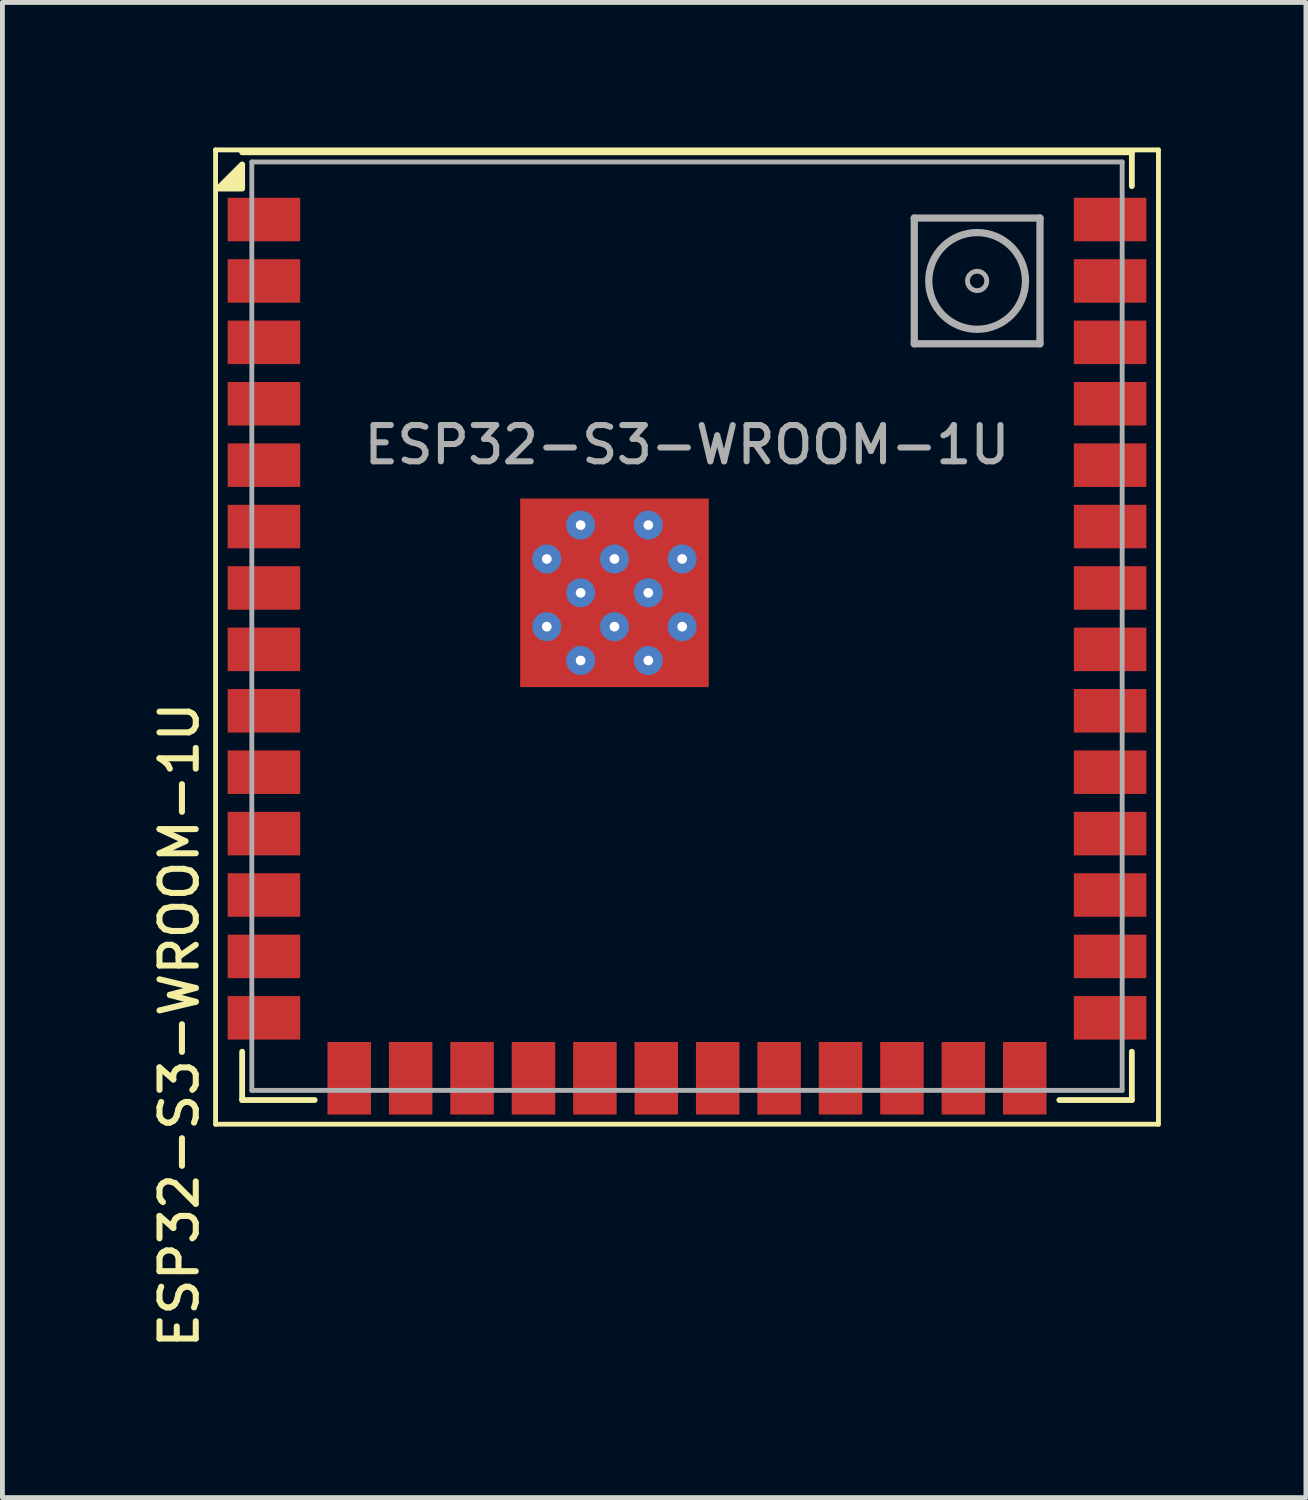
<source format=kicad_pcb>
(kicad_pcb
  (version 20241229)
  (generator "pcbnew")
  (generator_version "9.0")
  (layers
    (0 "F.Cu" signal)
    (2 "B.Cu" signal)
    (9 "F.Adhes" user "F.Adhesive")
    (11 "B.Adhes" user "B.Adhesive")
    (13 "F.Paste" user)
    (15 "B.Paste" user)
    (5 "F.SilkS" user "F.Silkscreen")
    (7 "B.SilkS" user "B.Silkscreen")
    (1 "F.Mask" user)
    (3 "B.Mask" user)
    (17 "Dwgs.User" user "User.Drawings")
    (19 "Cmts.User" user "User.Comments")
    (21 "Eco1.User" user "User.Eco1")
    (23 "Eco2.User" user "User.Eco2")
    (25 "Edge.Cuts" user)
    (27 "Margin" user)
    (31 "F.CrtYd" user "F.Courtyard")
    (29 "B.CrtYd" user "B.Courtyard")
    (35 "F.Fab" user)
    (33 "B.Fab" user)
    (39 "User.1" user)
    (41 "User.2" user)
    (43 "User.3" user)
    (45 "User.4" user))
  (footprint "ESP32-S3-WROOM-1U"
    (layer "F.Cu")
    (at 11.158 9.9)
    (property "Reference" "ESP32-S3-WROOM-1U" (at -10.5 8.25 90) (unlocked yes) (layer "F.SilkS") (effects (font (size 0.75 0.75) (thickness 0.125))))
    (attr smd)
    (fp_line (start -9.75 10.3) (end -9.75 -9.85) (stroke (width 0.1) (type solid)) (layer "F.SilkS"))
    (fp_line (start -9.75 10.3) (end 9.75 10.3) (stroke (width 0.1) (type solid)) (layer "F.SilkS"))
    (fp_line (start -9.2 -9.8) (end 9.2 -9.8) (stroke (width 0.12) (type solid)) (layer "F.SilkS"))
    (fp_line (start -9.2 8.8) (end -9.2 9.8) (stroke (width 0.12) (type solid)) (layer "F.SilkS"))
    (fp_line (start -9.2 9.8) (end -7.7 9.8) (stroke (width 0.12) (type solid)) (layer "F.SilkS"))
    (fp_line (start 9.2 -9.8) (end 9.2 -9.1) (stroke (width 0.12) (type solid)) (layer "F.SilkS"))
    (fp_line (start 9.2 9.8) (end 7.7 9.8) (stroke (width 0.12) (type solid)) (layer "F.SilkS"))
    (fp_line (start 9.2 9.8) (end 9.2 8.8) (stroke (width 0.12) (type solid)) (layer "F.SilkS"))
    (fp_line (start 9.75 -9.85) (end -9.75 -9.85) (stroke (width 0.1) (type solid)) (layer "F.SilkS"))
    (fp_line (start 9.75 -9.85) (end 9.75 10.3) (stroke (width 0.1) (type solid)) (layer "F.SilkS"))
    (fp_poly (pts (xy -9.2 -9.05) (xy -9.7 -9.05) (xy -9.2 -9.55) (xy -9.2 -9.05)) (stroke (width 0.12) (type solid)) (fill yes) (layer "F.SilkS"))
    (fp_line (start -9 -9.6) (end 9 -9.6) (stroke (width 0.1) (type solid)) (layer "F.Fab"))
    (fp_line (start -9 9.6) (end -9 -9.6) (stroke (width 0.1) (type solid)) (layer "F.Fab"))
    (fp_line (start -9 9.6) (end 9 9.6) (stroke (width 0.1) (type solid)) (layer "F.Fab"))
    (fp_line (start 4.7 -8.44) (end 7.3 -8.44) (stroke (width 0.15) (type solid)) (layer "F.Fab"))
    (fp_line (start 4.7 -5.84) (end 4.7 -8.44) (stroke (width 0.15) (type solid)) (layer "F.Fab"))
    (fp_line (start 7.3 -8.44) (end 7.3 -5.84) (stroke (width 0.15) (type solid)) (layer "F.Fab"))
    (fp_line (start 7.3 -5.84) (end 4.7 -5.84) (stroke (width 0.15) (type solid)) (layer "F.Fab"))
    (fp_line (start 9 9.6) (end 9 -9.6) (stroke (width 0.1) (type solid)) (layer "F.Fab"))
    (fp_circle (center 6 -7.14) (end 6 -6.94) (stroke (width 0.1) (type solid)) (fill no) (layer "F.Fab"))
    (fp_circle (center 6 -7.14) (end 7 -7.14) (stroke (width 0.15) (type solid)) (fill no) (layer "F.Fab"))
    (fp_text user "${REFERENCE}" (at 0 -3.75 0) (unlocked yes) (layer "F.Fab") (effects (font (size 0.75 0.75) (thickness 0.125))))
    (pad "" smd rect (at -2.904 0.71) (size 0.9 0.9) (layers "F.Paste"))
    (pad "" smd rect (at -2.9 -2.09) (size 0.9 0.9) (layers "F.Paste"))
    (pad "" smd rect (at -2.9 -0.69) (size 0.9 0.9) (layers "F.Paste"))
    (pad "" smd rect (at -1.504 0.71) (size 0.9 0.9) (layers "F.Paste"))
    (pad "" smd rect (at -1.5 -2.09) (size 0.9 0.9) (layers "F.Paste"))
    (pad "" smd rect (at -1.5 -0.69) (size 0.9 0.9) (layers "F.Paste"))
    (pad "" smd rect (at -0.104 0.71) (size 0.9 0.9) (layers "F.Paste"))
    (pad "" smd rect (at -0.1 -2.09) (size 0.9 0.9) (layers "F.Paste"))
    (pad "" smd rect (at -0.1 -0.69) (size 0.9 0.9) (layers "F.Paste"))
    (pad "1" smd rect (at -8.75 -8.41) (size 1.5 0.9) (layers "F.Cu" "F.Mask" "F.Paste"))
    (pad "2" smd rect (at -8.75 -7.14) (size 1.5 0.9) (layers "F.Cu" "F.Mask" "F.Paste"))
    (pad "3" smd rect (at -8.75 -5.87) (size 1.5 0.9) (layers "F.Cu" "F.Mask" "F.Paste"))
    (pad "4" smd rect (at -8.75 -4.6) (size 1.5 0.9) (layers "F.Cu" "F.Mask" "F.Paste"))
    (pad "5" smd rect (at -8.75 -3.33) (size 1.5 0.9) (layers "F.Cu" "F.Mask" "F.Paste"))
    (pad "6" smd rect (at -8.75 -2.06) (size 1.5 0.9) (layers "F.Cu" "F.Mask" "F.Paste"))
    (pad "7" smd rect (at -8.75 -0.79) (size 1.5 0.9) (layers "F.Cu" "F.Mask" "F.Paste"))
    (pad "8" smd rect (at -8.75 0.48) (size 1.5 0.9) (layers "F.Cu" "F.Mask" "F.Paste"))
    (pad "9" smd rect (at -8.75 1.75) (size 1.5 0.9) (layers "F.Cu" "F.Mask" "F.Paste"))
    (pad "10" smd rect (at -8.75 3.02) (size 1.5 0.9) (layers "F.Cu" "F.Mask" "F.Paste"))
    (pad "11" smd rect (at -8.75 4.29) (size 1.5 0.9) (layers "F.Cu" "F.Mask" "F.Paste"))
    (pad "12" smd rect (at -8.75 5.56) (size 1.5 0.9) (layers "F.Cu" "F.Mask" "F.Paste"))
    (pad "13" smd rect (at -8.75 6.83) (size 1.5 0.9) (layers "F.Cu" "F.Mask" "F.Paste"))
    (pad "14" smd rect (at -8.75 8.1 180) (size 1.5 0.9) (layers "F.Cu" "F.Mask" "F.Paste"))
    (pad "15" smd rect (at -6.985 9.35 270) (size 1.5 0.9) (layers "F.Cu" "F.Mask" "F.Paste"))
    (pad "16" smd rect (at -5.715 9.35 270) (size 1.5 0.9) (layers "F.Cu" "F.Mask" "F.Paste"))
    (pad "17" smd rect (at -4.445 9.35 270) (size 1.5 0.9) (layers "F.Cu" "F.Mask" "F.Paste"))
    (pad "18" smd rect (at -3.175 9.35 270) (size 1.5 0.9) (layers "F.Cu" "F.Mask" "F.Paste"))
    (pad "19" smd rect (at -1.905 9.35 270) (size 1.5 0.9) (layers "F.Cu" "F.Mask" "F.Paste"))
    (pad "20" smd rect (at -0.635 9.35 270) (size 1.5 0.9) (layers "F.Cu" "F.Mask" "F.Paste"))
    (pad "21" smd rect (at 0.635 9.35 270) (size 1.5 0.9) (layers "F.Cu" "F.Mask" "F.Paste"))
    (pad "22" smd rect (at 1.905 9.35 270) (size 1.5 0.9) (layers "F.Cu" "F.Mask" "F.Paste"))
    (pad "23" smd rect (at 3.175 9.35 270) (size 1.5 0.9) (layers "F.Cu" "F.Mask" "F.Paste"))
    (pad "24" smd rect (at 4.445 9.35 270) (size 1.5 0.9) (layers "F.Cu" "F.Mask" "F.Paste"))
    (pad "25" smd rect (at 5.715 9.35 270) (size 1.5 0.9) (layers "F.Cu" "F.Mask" "F.Paste"))
    (pad "26" smd rect (at 6.985 9.35 270) (size 1.5 0.9) (layers "F.Cu" "F.Mask" "F.Paste"))
    (pad "27" smd rect (at 8.75 8.1) (size 1.5 0.9) (layers "F.Cu" "F.Mask" "F.Paste"))
    (pad "28" smd rect (at 8.75 6.83) (size 1.5 0.9) (layers "F.Cu" "F.Mask" "F.Paste"))
    (pad "29" smd rect (at 8.75 5.56) (size 1.5 0.9) (layers "F.Cu" "F.Mask" "F.Paste"))
    (pad "30" smd rect (at 8.75 4.29) (size 1.5 0.9) (layers "F.Cu" "F.Mask" "F.Paste"))
    (pad "31" smd rect (at 8.75 3.02) (size 1.5 0.9) (layers "F.Cu" "F.Mask" "F.Paste"))
    (pad "32" smd rect (at 8.75 1.75) (size 1.5 0.9) (layers "F.Cu" "F.Mask" "F.Paste"))
    (pad "33" smd rect (at 8.75 0.48) (size 1.5 0.9) (layers "F.Cu" "F.Mask" "F.Paste"))
    (pad "34" smd rect (at 8.75 -0.79) (size 1.5 0.9) (layers "F.Cu" "F.Mask" "F.Paste"))
    (pad "35" smd rect (at 8.75 -2.06) (size 1.5 0.9) (layers "F.Cu" "F.Mask" "F.Paste"))
    (pad "36" smd rect (at 8.75 -3.33) (size 1.5 0.9) (layers "F.Cu" "F.Mask" "F.Paste"))
    (pad "37" smd rect (at 8.75 -4.6) (size 1.5 0.9) (layers "F.Cu" "F.Mask" "F.Paste"))
    (pad "38" smd rect (at 8.75 -5.87) (size 1.5 0.9) (layers "F.Cu" "F.Mask" "F.Paste"))
    (pad "39" smd rect (at 8.75 -7.14) (size 1.5 0.9) (layers "F.Cu" "F.Mask" "F.Paste"))
    (pad "40" smd rect (at 8.75 -8.41) (size 1.5 0.9) (layers "F.Cu" "F.Mask" "F.Paste"))
    (pad "41" thru_hole circle (at -2.9 -1.39) (size 0.6 0.6) (drill 0.2) (property pad_prop_heatsink) (layers "*.Cu" "F.Mask"))
    (pad "41" thru_hole circle (at -2.9 0.01) (size 0.6 0.6) (drill 0.2) (property pad_prop_heatsink) (layers "*.Cu" "F.Mask"))
    (pad "41" thru_hole circle (at -2.2 -2.09) (size 0.6 0.6) (drill 0.2) (property pad_prop_heatsink) (layers "*.Cu" "F.Mask"))
    (pad "41" thru_hole circle (at -2.2 -0.69) (size 0.6 0.6) (drill 0.2) (property pad_prop_heatsink) (layers "*.Cu" "F.Mask"))
    (pad "41" thru_hole circle (at -2.2 0.71) (size 0.6 0.6) (drill 0.2) (property pad_prop_heatsink) (layers "*.Cu" "F.Mask"))
    (pad "41" thru_hole circle (at -1.5 -1.39) (size 0.6 0.6) (drill 0.2) (property pad_prop_heatsink) (layers "*.Cu" "F.Mask"))
    (pad "41" smd rect (at -1.5 -0.69) (size 3.9 3.9) (layers "F.Cu" "F.Mask"))
    (pad "41" thru_hole circle (at -1.5 0.01) (size 0.6 0.6) (drill 0.2) (property pad_prop_heatsink) (layers "*.Cu" "F.Mask"))
    (pad "41" thru_hole circle (at -0.8 -2.09) (size 0.6 0.6) (drill 0.2) (property pad_prop_heatsink) (layers "*.Cu" "F.Mask"))
    (pad "41" thru_hole circle (at -0.8 -0.69) (size 0.6 0.6) (drill 0.2) (property pad_prop_heatsink) (layers "*.Cu" "F.Mask"))
    (pad "41" thru_hole circle (at -0.8 0.71) (size 0.6 0.6) (drill 0.2) (property pad_prop_heatsink) (layers "*.Cu" "F.Mask"))
    (pad "41" thru_hole circle (at -0.1 -1.39) (size 0.6 0.6) (drill 0.2) (property pad_prop_heatsink) (layers "*.Cu" "F.Mask"))
    (pad "41" thru_hole circle (at -0.1 0.01) (size 0.6 0.6) (drill 0.2) (property pad_prop_heatsink) (layers "*.Cu" "F.Mask")))
  (gr_rect
    (start -3 -3)
    (end 23.958 27.923)
    (stroke (width 0.1) (type default))
    (fill no)
    (layer "Edge.Cuts")))
</source>
